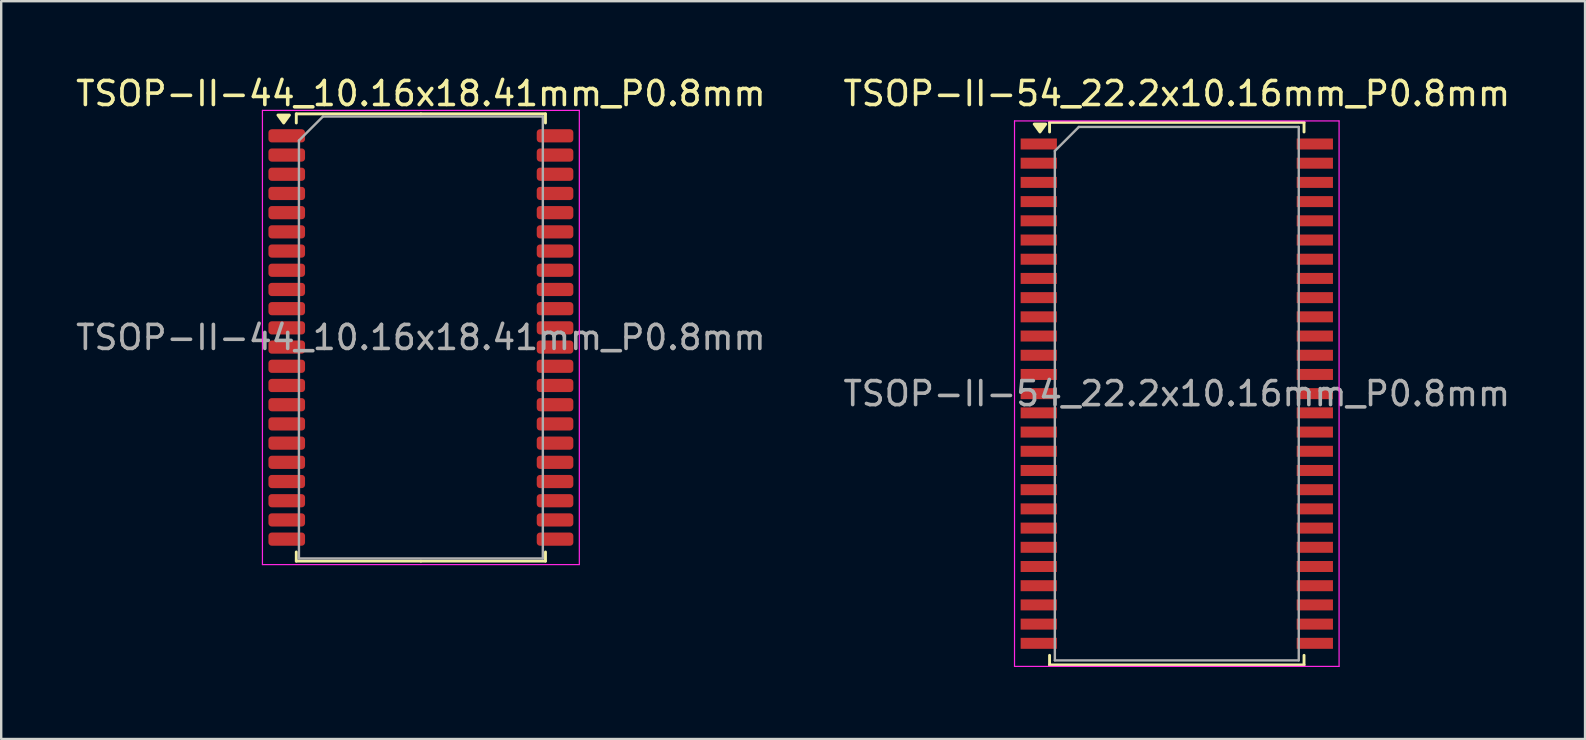
<source format=kicad_pcb>
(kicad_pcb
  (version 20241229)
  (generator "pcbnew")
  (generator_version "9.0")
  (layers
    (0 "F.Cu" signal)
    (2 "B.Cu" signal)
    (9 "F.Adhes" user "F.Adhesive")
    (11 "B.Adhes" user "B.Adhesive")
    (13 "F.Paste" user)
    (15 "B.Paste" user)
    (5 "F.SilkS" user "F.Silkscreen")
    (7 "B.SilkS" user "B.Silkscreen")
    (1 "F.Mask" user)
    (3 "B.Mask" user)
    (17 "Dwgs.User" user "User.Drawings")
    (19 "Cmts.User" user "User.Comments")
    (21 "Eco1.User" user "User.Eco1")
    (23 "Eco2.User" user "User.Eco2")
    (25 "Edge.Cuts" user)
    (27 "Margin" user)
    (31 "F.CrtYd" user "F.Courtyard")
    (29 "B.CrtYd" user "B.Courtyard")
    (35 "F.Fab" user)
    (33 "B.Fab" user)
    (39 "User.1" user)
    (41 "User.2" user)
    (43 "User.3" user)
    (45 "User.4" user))
  (footprint "TSOP-II-44_10.16x18.41mm_P0.8mm"
    (layer "F.Cu")
    (at 14.482 11.008)
    (property "Reference" "TSOP-II-44_10.16x18.41mm_P0.8mm" (at 0 -10.16 0) (layer "F.SilkS") (effects (font (size 1 1) (thickness 0.15))))
    (attr smd)
    (fp_line (start -5.19 -9.315) (end -5.19 -8.935) (stroke (width 0.12) (type solid)) (layer "F.SilkS"))
    (fp_line (start -5.19 9.315) (end -5.19 8.935) (stroke (width 0.12) (type solid)) (layer "F.SilkS"))
    (fp_line (start 0 -9.315) (end -5.19 -9.315) (stroke (width 0.12) (type solid)) (layer "F.SilkS"))
    (fp_line (start 0 -9.315) (end 5.19 -9.315) (stroke (width 0.12) (type solid)) (layer "F.SilkS"))
    (fp_line (start 0 9.315) (end -5.19 9.315) (stroke (width 0.12) (type solid)) (layer "F.SilkS"))
    (fp_line (start 0 9.315) (end 5.19 9.315) (stroke (width 0.12) (type solid)) (layer "F.SilkS"))
    (fp_line (start 5.19 -9.315) (end 5.19 -8.935) (stroke (width 0.12) (type solid)) (layer "F.SilkS"))
    (fp_line (start 5.19 9.315) (end 5.19 8.935) (stroke (width 0.12) (type solid)) (layer "F.SilkS"))
    (fp_poly (pts (xy -5.715 -8.935) (xy -5.955 -9.265) (xy -5.475 -9.265) (xy -5.715 -8.935)) (stroke (width 0.12) (type solid)) (fill yes) (layer "F.SilkS"))
    (fp_line (start -6.6 -9.46) (end -6.6 9.46) (stroke (width 0.05) (type solid)) (layer "F.CrtYd"))
    (fp_line (start -6.6 9.46) (end 6.6 9.46) (stroke (width 0.05) (type solid)) (layer "F.CrtYd"))
    (fp_line (start 6.6 -9.46) (end -6.6 -9.46) (stroke (width 0.05) (type solid)) (layer "F.CrtYd"))
    (fp_line (start 6.6 9.46) (end 6.6 -9.46) (stroke (width 0.05) (type solid)) (layer "F.CrtYd"))
    (fp_line (start -5.08 -8.205) (end -4.08 -9.205) (stroke (width 0.1) (type solid)) (layer "F.Fab"))
    (fp_line (start -5.08 9.205) (end -5.08 -8.205) (stroke (width 0.1) (type solid)) (layer "F.Fab"))
    (fp_line (start -4.08 -9.205) (end 5.08 -9.205) (stroke (width 0.1) (type solid)) (layer "F.Fab"))
    (fp_line (start 5.08 -9.205) (end 5.08 9.205) (stroke (width 0.1) (type solid)) (layer "F.Fab"))
    (fp_line (start 5.08 9.205) (end -5.08 9.205) (stroke (width 0.1) (type solid)) (layer "F.Fab"))
    (fp_text user "${REFERENCE}" (at 0 0 0) (layer "F.Fab") (effects (font (size 1 1) (thickness 0.15))))
    (pad "1" smd roundrect (at -5.588 -8.4) (size 1.525 0.55) (layers "F.Cu" "F.Mask" "F.Paste") (roundrect_rratio 0.25))
    (pad "2" smd roundrect (at -5.588 -7.6) (size 1.525 0.55) (layers "F.Cu" "F.Mask" "F.Paste") (roundrect_rratio 0.25))
    (pad "3" smd roundrect (at -5.588 -6.8) (size 1.525 0.55) (layers "F.Cu" "F.Mask" "F.Paste") (roundrect_rratio 0.25))
    (pad "4" smd roundrect (at -5.588 -6) (size 1.525 0.55) (layers "F.Cu" "F.Mask" "F.Paste") (roundrect_rratio 0.25))
    (pad "5" smd roundrect (at -5.588 -5.2) (size 1.525 0.55) (layers "F.Cu" "F.Mask" "F.Paste") (roundrect_rratio 0.25))
    (pad "6" smd roundrect (at -5.588 -4.4) (size 1.525 0.55) (layers "F.Cu" "F.Mask" "F.Paste") (roundrect_rratio 0.25))
    (pad "7" smd roundrect (at -5.588 -3.6) (size 1.525 0.55) (layers "F.Cu" "F.Mask" "F.Paste") (roundrect_rratio 0.25))
    (pad "8" smd roundrect (at -5.588 -2.8) (size 1.525 0.55) (layers "F.Cu" "F.Mask" "F.Paste") (roundrect_rratio 0.25))
    (pad "9" smd roundrect (at -5.588 -2) (size 1.525 0.55) (layers "F.Cu" "F.Mask" "F.Paste") (roundrect_rratio 0.25))
    (pad "10" smd roundrect (at -5.588 -1.2) (size 1.525 0.55) (layers "F.Cu" "F.Mask" "F.Paste") (roundrect_rratio 0.25))
    (pad "11" smd roundrect (at -5.588 -0.4) (size 1.525 0.55) (layers "F.Cu" "F.Mask" "F.Paste") (roundrect_rratio 0.25))
    (pad "12" smd roundrect (at -5.588 0.4) (size 1.525 0.55) (layers "F.Cu" "F.Mask" "F.Paste") (roundrect_rratio 0.25))
    (pad "13" smd roundrect (at -5.588 1.2) (size 1.525 0.55) (layers "F.Cu" "F.Mask" "F.Paste") (roundrect_rratio 0.25))
    (pad "14" smd roundrect (at -5.588 2) (size 1.525 0.55) (layers "F.Cu" "F.Mask" "F.Paste") (roundrect_rratio 0.25))
    (pad "15" smd roundrect (at -5.588 2.8) (size 1.525 0.55) (layers "F.Cu" "F.Mask" "F.Paste") (roundrect_rratio 0.25))
    (pad "16" smd roundrect (at -5.588 3.6) (size 1.525 0.55) (layers "F.Cu" "F.Mask" "F.Paste") (roundrect_rratio 0.25))
    (pad "17" smd roundrect (at -5.588 4.4) (size 1.525 0.55) (layers "F.Cu" "F.Mask" "F.Paste") (roundrect_rratio 0.25))
    (pad "18" smd roundrect (at -5.588 5.2) (size 1.525 0.55) (layers "F.Cu" "F.Mask" "F.Paste") (roundrect_rratio 0.25))
    (pad "19" smd roundrect (at -5.588 6) (size 1.525 0.55) (layers "F.Cu" "F.Mask" "F.Paste") (roundrect_rratio 0.25))
    (pad "20" smd roundrect (at -5.588 6.8) (size 1.525 0.55) (layers "F.Cu" "F.Mask" "F.Paste") (roundrect_rratio 0.25))
    (pad "21" smd roundrect (at -5.588 7.6) (size 1.525 0.55) (layers "F.Cu" "F.Mask" "F.Paste") (roundrect_rratio 0.25))
    (pad "22" smd roundrect (at -5.588 8.4) (size 1.525 0.55) (layers "F.Cu" "F.Mask" "F.Paste") (roundrect_rratio 0.25))
    (pad "23" smd roundrect (at 5.588 8.4) (size 1.525 0.55) (layers "F.Cu" "F.Mask" "F.Paste") (roundrect_rratio 0.25))
    (pad "24" smd roundrect (at 5.588 7.6) (size 1.525 0.55) (layers "F.Cu" "F.Mask" "F.Paste") (roundrect_rratio 0.25))
    (pad "25" smd roundrect (at 5.588 6.8) (size 1.525 0.55) (layers "F.Cu" "F.Mask" "F.Paste") (roundrect_rratio 0.25))
    (pad "26" smd roundrect (at 5.588 6) (size 1.525 0.55) (layers "F.Cu" "F.Mask" "F.Paste") (roundrect_rratio 0.25))
    (pad "27" smd roundrect (at 5.588 5.2) (size 1.525 0.55) (layers "F.Cu" "F.Mask" "F.Paste") (roundrect_rratio 0.25))
    (pad "28" smd roundrect (at 5.588 4.4) (size 1.525 0.55) (layers "F.Cu" "F.Mask" "F.Paste") (roundrect_rratio 0.25))
    (pad "29" smd roundrect (at 5.588 3.6) (size 1.525 0.55) (layers "F.Cu" "F.Mask" "F.Paste") (roundrect_rratio 0.25))
    (pad "30" smd roundrect (at 5.588 2.8) (size 1.525 0.55) (layers "F.Cu" "F.Mask" "F.Paste") (roundrect_rratio 0.25))
    (pad "31" smd roundrect (at 5.588 2) (size 1.525 0.55) (layers "F.Cu" "F.Mask" "F.Paste") (roundrect_rratio 0.25))
    (pad "32" smd roundrect (at 5.588 1.2) (size 1.525 0.55) (layers "F.Cu" "F.Mask" "F.Paste") (roundrect_rratio 0.25))
    (pad "33" smd roundrect (at 5.588 0.4) (size 1.525 0.55) (layers "F.Cu" "F.Mask" "F.Paste") (roundrect_rratio 0.25))
    (pad "34" smd roundrect (at 5.588 -0.4) (size 1.525 0.55) (layers "F.Cu" "F.Mask" "F.Paste") (roundrect_rratio 0.25))
    (pad "35" smd roundrect (at 5.588 -1.2) (size 1.525 0.55) (layers "F.Cu" "F.Mask" "F.Paste") (roundrect_rratio 0.25))
    (pad "36" smd roundrect (at 5.588 -2) (size 1.525 0.55) (layers "F.Cu" "F.Mask" "F.Paste") (roundrect_rratio 0.25))
    (pad "37" smd roundrect (at 5.588 -2.8) (size 1.525 0.55) (layers "F.Cu" "F.Mask" "F.Paste") (roundrect_rratio 0.25))
    (pad "38" smd roundrect (at 5.588 -3.6) (size 1.525 0.55) (layers "F.Cu" "F.Mask" "F.Paste") (roundrect_rratio 0.25))
    (pad "39" smd roundrect (at 5.588 -4.4) (size 1.525 0.55) (layers "F.Cu" "F.Mask" "F.Paste") (roundrect_rratio 0.25))
    (pad "40" smd roundrect (at 5.588 -5.2) (size 1.525 0.55) (layers "F.Cu" "F.Mask" "F.Paste") (roundrect_rratio 0.25))
    (pad "41" smd roundrect (at 5.588 -6) (size 1.525 0.55) (layers "F.Cu" "F.Mask" "F.Paste") (roundrect_rratio 0.25))
    (pad "42" smd roundrect (at 5.588 -6.8) (size 1.525 0.55) (layers "F.Cu" "F.Mask" "F.Paste") (roundrect_rratio 0.25))
    (pad "43" smd roundrect (at 5.588 -7.6) (size 1.525 0.55) (layers "F.Cu" "F.Mask" "F.Paste") (roundrect_rratio 0.25))
    (pad "44" smd roundrect (at 5.588 -8.4) (size 1.525 0.55) (layers "F.Cu" "F.Mask" "F.Paste") (roundrect_rratio 0.25)))
  (footprint "TSOP-II-54_22.2x10.16mm_P0.8mm"
    (layer "F.Cu")
    (at 45.97 13.348)
    (property "Reference" "TSOP-II-54_22.2x10.16mm_P0.8mm" (at 0 -12.5 0) (layer "F.SilkS") (effects (font (size 1 1) (thickness 0.15))))
    (attr smd)
    (fp_line (start -5.3 -11.3) (end 5.3 -11.3) (stroke (width 0.12) (type solid)) (layer "F.SilkS"))
    (fp_line (start -5.3 -10.9) (end -5.3 -11.3) (stroke (width 0.12) (type solid)) (layer "F.SilkS"))
    (fp_line (start -5.3 10.9) (end -5.3 11.3) (stroke (width 0.12) (type solid)) (layer "F.SilkS"))
    (fp_line (start -5.3 11.3) (end 5.3 11.3) (stroke (width 0.12) (type solid)) (layer "F.SilkS"))
    (fp_line (start 5.3 -11.3) (end 5.3 -10.9) (stroke (width 0.12) (type solid)) (layer "F.SilkS"))
    (fp_line (start 5.3 10.9) (end 5.3 11.3) (stroke (width 0.12) (type solid)) (layer "F.SilkS"))
    (fp_poly (pts (xy -5.7 -10.9) (xy -5.94 -11.23) (xy -5.46 -11.23) (xy -5.7 -10.9)) (stroke (width 0.12) (type solid)) (fill yes) (layer "F.SilkS"))
    (fp_line (start -6.76 -11.36) (end -6.76 11.36) (stroke (width 0.05) (type solid)) (layer "F.CrtYd"))
    (fp_line (start -6.76 -11.36) (end 6.76 -11.36) (stroke (width 0.05) (type solid)) (layer "F.CrtYd"))
    (fp_line (start 6.76 -11.36) (end 6.76 11.36) (stroke (width 0.05) (type solid)) (layer "F.CrtYd"))
    (fp_line (start 6.76 11.36) (end -6.76 11.36) (stroke (width 0.05) (type solid)) (layer "F.CrtYd"))
    (fp_line (start -5.08 11.11) (end -5.08 -10.11) (stroke (width 0.1) (type solid)) (layer "F.Fab"))
    (fp_line (start -4.08 -11.11) (end -5.08 -10.11) (stroke (width 0.1) (type solid)) (layer "F.Fab"))
    (fp_line (start -4.08 -11.11) (end 5.08 -11.11) (stroke (width 0.1) (type solid)) (layer "F.Fab"))
    (fp_line (start 5.08 -11.11) (end 5.08 11.11) (stroke (width 0.1) (type solid)) (layer "F.Fab"))
    (fp_line (start 5.08 11.11) (end -5.08 11.11) (stroke (width 0.1) (type solid)) (layer "F.Fab"))
    (fp_text user "${REFERENCE}" (at 0 0 0) (layer "F.Fab") (effects (font (size 1 1) (thickness 0.15))))
    (pad "1" smd rect (at -5.75 -10.4) (size 1.51 0.458) (layers "F.Cu" "F.Mask" "F.Paste"))
    (pad "2" smd rect (at -5.75 -9.6) (size 1.51 0.458) (layers "F.Cu" "F.Mask" "F.Paste"))
    (pad "3" smd rect (at -5.75 -8.8) (size 1.51 0.458) (layers "F.Cu" "F.Mask" "F.Paste"))
    (pad "4" smd rect (at -5.75 -8) (size 1.51 0.458) (layers "F.Cu" "F.Mask" "F.Paste"))
    (pad "5" smd rect (at -5.75 -7.2) (size 1.51 0.458) (layers "F.Cu" "F.Mask" "F.Paste"))
    (pad "6" smd rect (at -5.75 -6.4) (size 1.51 0.458) (layers "F.Cu" "F.Mask" "F.Paste"))
    (pad "7" smd rect (at -5.75 -5.6) (size 1.51 0.458) (layers "F.Cu" "F.Mask" "F.Paste"))
    (pad "8" smd rect (at -5.75 -4.8) (size 1.51 0.458) (layers "F.Cu" "F.Mask" "F.Paste"))
    (pad "9" smd rect (at -5.75 -4) (size 1.51 0.458) (layers "F.Cu" "F.Mask" "F.Paste"))
    (pad "10" smd rect (at -5.75 -3.2) (size 1.51 0.458) (layers "F.Cu" "F.Mask" "F.Paste"))
    (pad "11" smd rect (at -5.75 -2.4) (size 1.51 0.458) (layers "F.Cu" "F.Mask" "F.Paste"))
    (pad "12" smd rect (at -5.75 -1.6) (size 1.51 0.458) (layers "F.Cu" "F.Mask" "F.Paste"))
    (pad "13" smd rect (at -5.75 -0.8) (size 1.51 0.458) (layers "F.Cu" "F.Mask" "F.Paste"))
    (pad "14" smd rect (at -5.75 0) (size 1.51 0.458) (layers "F.Cu" "F.Mask" "F.Paste"))
    (pad "15" smd rect (at -5.75 0.8) (size 1.51 0.458) (layers "F.Cu" "F.Mask" "F.Paste"))
    (pad "16" smd rect (at -5.75 1.6) (size 1.51 0.458) (layers "F.Cu" "F.Mask" "F.Paste"))
    (pad "17" smd rect (at -5.75 2.4) (size 1.51 0.458) (layers "F.Cu" "F.Mask" "F.Paste"))
    (pad "18" smd rect (at -5.75 3.2) (size 1.51 0.458) (layers "F.Cu" "F.Mask" "F.Paste"))
    (pad "19" smd rect (at -5.75 4) (size 1.51 0.458) (layers "F.Cu" "F.Mask" "F.Paste"))
    (pad "20" smd rect (at -5.75 4.8) (size 1.51 0.458) (layers "F.Cu" "F.Mask" "F.Paste"))
    (pad "21" smd rect (at -5.75 5.6) (size 1.51 0.458) (layers "F.Cu" "F.Mask" "F.Paste"))
    (pad "22" smd rect (at -5.75 6.4) (size 1.51 0.458) (layers "F.Cu" "F.Mask" "F.Paste"))
    (pad "23" smd rect (at -5.75 7.2) (size 1.51 0.458) (layers "F.Cu" "F.Mask" "F.Paste"))
    (pad "24" smd rect (at -5.75 8) (size 1.51 0.458) (layers "F.Cu" "F.Mask" "F.Paste"))
    (pad "25" smd rect (at -5.75 8.8) (size 1.51 0.458) (layers "F.Cu" "F.Mask" "F.Paste"))
    (pad "26" smd rect (at -5.75 9.6) (size 1.51 0.458) (layers "F.Cu" "F.Mask" "F.Paste"))
    (pad "27" smd rect (at -5.75 10.4) (size 1.51 0.458) (layers "F.Cu" "F.Mask" "F.Paste"))
    (pad "28" smd rect (at 5.75 10.4) (size 1.51 0.458) (layers "F.Cu" "F.Mask" "F.Paste"))
    (pad "29" smd rect (at 5.75 9.6) (size 1.51 0.458) (layers "F.Cu" "F.Mask" "F.Paste"))
    (pad "30" smd rect (at 5.75 8.8) (size 1.51 0.458) (layers "F.Cu" "F.Mask" "F.Paste"))
    (pad "31" smd rect (at 5.75 8) (size 1.51 0.458) (layers "F.Cu" "F.Mask" "F.Paste"))
    (pad "32" smd rect (at 5.75 7.2) (size 1.51 0.458) (layers "F.Cu" "F.Mask" "F.Paste"))
    (pad "33" smd rect (at 5.75 6.4) (size 1.51 0.458) (layers "F.Cu" "F.Mask" "F.Paste"))
    (pad "34" smd rect (at 5.75 5.6) (size 1.51 0.458) (layers "F.Cu" "F.Mask" "F.Paste"))
    (pad "35" smd rect (at 5.75 4.8) (size 1.51 0.458) (layers "F.Cu" "F.Mask" "F.Paste"))
    (pad "36" smd rect (at 5.75 4) (size 1.51 0.458) (layers "F.Cu" "F.Mask" "F.Paste"))
    (pad "37" smd rect (at 5.75 3.2) (size 1.51 0.458) (layers "F.Cu" "F.Mask" "F.Paste"))
    (pad "38" smd rect (at 5.75 2.4) (size 1.51 0.458) (layers "F.Cu" "F.Mask" "F.Paste"))
    (pad "39" smd rect (at 5.75 1.6) (size 1.51 0.458) (layers "F.Cu" "F.Mask" "F.Paste"))
    (pad "40" smd rect (at 5.75 0.8) (size 1.51 0.458) (layers "F.Cu" "F.Mask" "F.Paste"))
    (pad "41" smd rect (at 5.75 0) (size 1.51 0.458) (layers "F.Cu" "F.Mask" "F.Paste"))
    (pad "42" smd rect (at 5.75 -0.8) (size 1.51 0.458) (layers "F.Cu" "F.Mask" "F.Paste"))
    (pad "43" smd rect (at 5.75 -1.6) (size 1.51 0.458) (layers "F.Cu" "F.Mask" "F.Paste"))
    (pad "44" smd rect (at 5.75 -2.4) (size 1.51 0.458) (layers "F.Cu" "F.Mask" "F.Paste"))
    (pad "45" smd rect (at 5.75 -3.2) (size 1.51 0.458) (layers "F.Cu" "F.Mask" "F.Paste"))
    (pad "46" smd rect (at 5.75 -4) (size 1.51 0.458) (layers "F.Cu" "F.Mask" "F.Paste"))
    (pad "47" smd rect (at 5.75 -4.8) (size 1.51 0.458) (layers "F.Cu" "F.Mask" "F.Paste"))
    (pad "48" smd rect (at 5.75 -5.6) (size 1.51 0.458) (layers "F.Cu" "F.Mask" "F.Paste"))
    (pad "49" smd rect (at 5.75 -6.4) (size 1.51 0.458) (layers "F.Cu" "F.Mask" "F.Paste"))
    (pad "50" smd rect (at 5.75 -7.2) (size 1.51 0.458) (layers "F.Cu" "F.Mask" "F.Paste"))
    (pad "51" smd rect (at 5.75 -8) (size 1.51 0.458) (layers "F.Cu" "F.Mask" "F.Paste"))
    (pad "52" smd rect (at 5.75 -8.8) (size 1.51 0.458) (layers "F.Cu" "F.Mask" "F.Paste"))
    (pad "53" smd rect (at 5.75 -9.6) (size 1.51 0.458) (layers "F.Cu" "F.Mask" "F.Paste"))
    (pad "54" smd rect (at 5.75 -10.4) (size 1.51 0.458) (layers "F.Cu" "F.Mask" "F.Paste")))
  (gr_rect
    (start -3 -3)
    (end 62.976 27.733)
    (stroke (width 0.1) (type default))
    (fill no)
    (layer "Edge.Cuts")))
</source>
